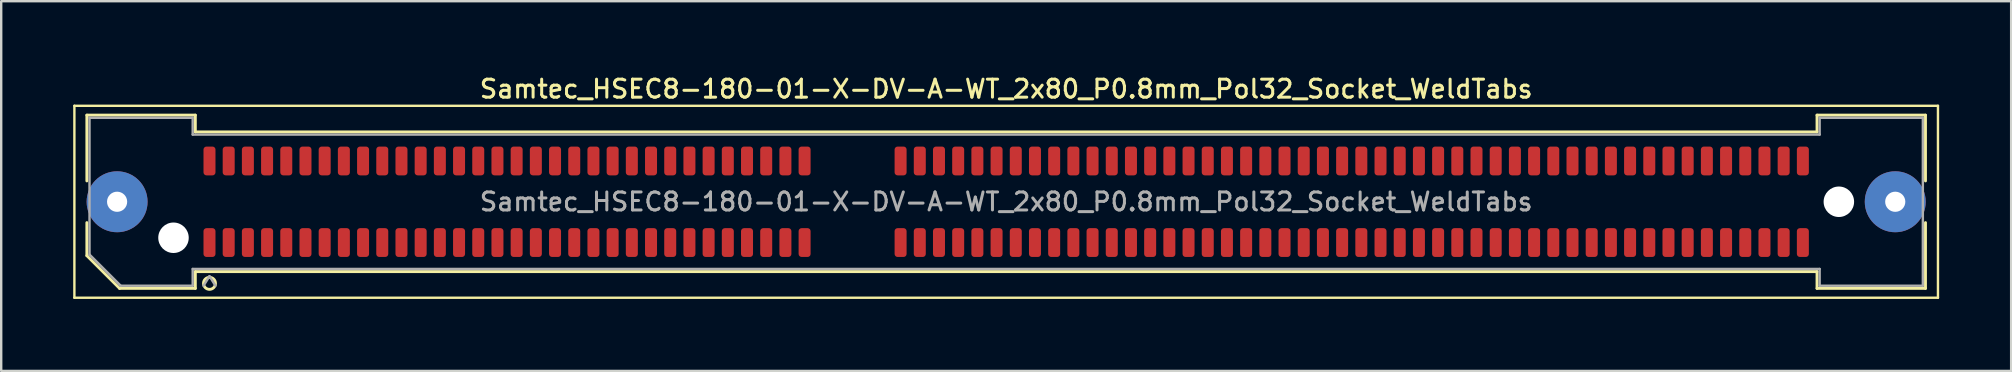
<source format=kicad_pcb>
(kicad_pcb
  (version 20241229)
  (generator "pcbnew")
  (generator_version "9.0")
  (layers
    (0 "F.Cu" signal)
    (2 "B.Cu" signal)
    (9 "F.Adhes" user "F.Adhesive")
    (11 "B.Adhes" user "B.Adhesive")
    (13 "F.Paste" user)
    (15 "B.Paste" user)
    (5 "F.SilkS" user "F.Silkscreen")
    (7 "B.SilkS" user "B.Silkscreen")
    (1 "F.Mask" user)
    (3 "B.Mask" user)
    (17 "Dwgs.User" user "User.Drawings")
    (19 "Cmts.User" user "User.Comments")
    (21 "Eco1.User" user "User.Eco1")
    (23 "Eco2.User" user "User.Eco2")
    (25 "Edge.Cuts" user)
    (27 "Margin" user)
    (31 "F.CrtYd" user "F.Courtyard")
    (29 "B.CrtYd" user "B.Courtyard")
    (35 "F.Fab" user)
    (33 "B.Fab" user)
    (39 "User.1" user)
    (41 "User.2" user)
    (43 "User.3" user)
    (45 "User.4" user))
  (footprint "Samtec_HSEC8-180-01-X-DV-A-WT_2x80_P0.8mm_Pol32_Socket_WeldTabs"
    (layer "F.Cu")
    (at 38.88 5.358)
    (property "Reference" "Samtec_HSEC8-180-01-X-DV-A-WT_2x80_P0.8mm_Pol32_Socket_WeldTabs" (at 0 -4.7 0) (layer "F.SilkS") (effects (font (size 0.75 0.75) (thickness 0.125))))
    (attr smd)
    (fp_line (start -38.83 -4) (end -38.83 4) (stroke (width 0.1) (type solid)) (layer "F.SilkS"))
    (fp_line (start -38.83 4) (end 38.83 4) (stroke (width 0.1) (type solid)) (layer "F.SilkS"))
    (fp_line (start -38.31 -3.61) (end -33.79 -3.61) (stroke (width 0.12) (type solid)) (layer "F.SilkS"))
    (fp_line (start -38.31 -0.868) (end -38.31 -3.61) (stroke (width 0.12) (type solid)) (layer "F.SilkS"))
    (fp_line (start -38.31 2.246) (end -38.31 0.868) (stroke (width 0.12) (type solid)) (layer "F.SilkS"))
    (fp_line (start -36.946 3.61) (end -38.31 2.246) (stroke (width 0.12) (type solid)) (layer "F.SilkS"))
    (fp_line (start -33.79 -3.61) (end -33.79 -2.91) (stroke (width 0.12) (type solid)) (layer "F.SilkS"))
    (fp_line (start -33.79 -2.91) (end 33.79 -2.91) (stroke (width 0.12) (type solid)) (layer "F.SilkS"))
    (fp_line (start -33.79 2.91) (end -33.79 3.61) (stroke (width 0.12) (type solid)) (layer "F.SilkS"))
    (fp_line (start -33.79 3.61) (end -36.946 3.61) (stroke (width 0.12) (type solid)) (layer "F.SilkS"))
    (fp_line (start 33.79 -3.61) (end 38.31 -3.61) (stroke (width 0.12) (type solid)) (layer "F.SilkS"))
    (fp_line (start 33.79 -2.91) (end 33.79 -3.61) (stroke (width 0.12) (type solid)) (layer "F.SilkS"))
    (fp_line (start 33.79 2.91) (end -33.79 2.91) (stroke (width 0.12) (type solid)) (layer "F.SilkS"))
    (fp_line (start 33.79 3.61) (end 33.79 2.91) (stroke (width 0.12) (type solid)) (layer "F.SilkS"))
    (fp_line (start 38.31 -3.61) (end 38.31 -0.868) (stroke (width 0.12) (type solid)) (layer "F.SilkS"))
    (fp_line (start 38.31 0.868) (end 38.31 3.61) (stroke (width 0.12) (type solid)) (layer "F.SilkS"))
    (fp_line (start 38.31 3.61) (end 33.79 3.61) (stroke (width 0.12) (type solid)) (layer "F.SilkS"))
    (fp_line (start 38.83 -4) (end -38.83 -4) (stroke (width 0.1) (type solid)) (layer "F.SilkS"))
    (fp_line (start 38.83 4) (end 38.83 -4) (stroke (width 0.1) (type solid)) (layer "F.SilkS"))
    (fp_arc (start -32.95 3.4) (mid -33.45 3.4) (end -32.95 3.4) (stroke (width 0.12) (type solid)) (layer "F.SilkS"))
    (fp_line (start -38.2 -3.5) (end -33.9 -3.5) (stroke (width 0.1) (type solid)) (layer "F.Fab"))
    (fp_line (start -38.2 2.2) (end -38.2 -3.5) (stroke (width 0.1) (type solid)) (layer "F.Fab"))
    (fp_line (start -36.9 3.5) (end -38.2 2.2) (stroke (width 0.1) (type solid)) (layer "F.Fab"))
    (fp_line (start -33.9 -3.5) (end -33.9 -2.8) (stroke (width 0.1) (type solid)) (layer "F.Fab"))
    (fp_line (start -33.9 -2.8) (end 33.9 -2.8) (stroke (width 0.1) (type solid)) (layer "F.Fab"))
    (fp_line (start -33.9 2.8) (end -33.9 3.5) (stroke (width 0.1) (type solid)) (layer "F.Fab"))
    (fp_line (start -33.9 3.5) (end -36.9 3.5) (stroke (width 0.1) (type solid)) (layer "F.Fab"))
    (fp_line (start -33.2 3.1) (end -33.45 3.5) (stroke (width 0.1) (type solid)) (layer "F.Fab"))
    (fp_line (start -33.2 3.1) (end -32.95 3.5) (stroke (width 0.1) (type solid)) (layer "F.Fab"))
    (fp_line (start 33.9 -3.5) (end 38.2 -3.5) (stroke (width 0.1) (type solid)) (layer "F.Fab"))
    (fp_line (start 33.9 -2.8) (end 33.9 -3.5) (stroke (width 0.1) (type solid)) (layer "F.Fab"))
    (fp_line (start 33.9 2.8) (end -33.9 2.8) (stroke (width 0.1) (type solid)) (layer "F.Fab"))
    (fp_line (start 33.9 3.5) (end 33.9 2.8) (stroke (width 0.1) (type solid)) (layer "F.Fab"))
    (fp_line (start 38.2 -3.5) (end 38.2 3.5) (stroke (width 0.1) (type solid)) (layer "F.Fab"))
    (fp_line (start 38.2 3.5) (end 33.9 3.5) (stroke (width 0.1) (type solid)) (layer "F.Fab"))
    (fp_text user "${REFERENCE}" (at 0 0 0) (layer "F.Fab") (effects (font (size 0.75 0.75) (thickness 0.125))))
    (pad "" thru_hole circle (at -37.05 0) (size 2.54 2.54) (drill 0.84) (layers "*.Cu" "*.Mask" "F.Paste"))
    (pad "" np_thru_hole circle (at -34.7 1.5) (size 1.27 1.27) (drill 1.27) (layers "*.Cu" "*.Mask"))
    (pad "" np_thru_hole circle (at 34.7 0) (size 1.27 1.27) (drill 1.27) (layers "*.Cu" "*.Mask"))
    (pad "" thru_hole circle (at 37.05 0) (size 2.54 2.54) (drill 0.84) (layers "*.Cu" "*.Mask" "F.Paste"))
    (pad "1" smd roundrect (at -33.2 1.7) (size 0.5 1.2) (layers "F.Cu" "F.Mask" "F.Paste") (roundrect_rratio 0.25))
    (pad "2" smd roundrect (at -33.2 -1.7) (size 0.5 1.2) (layers "F.Cu" "F.Mask" "F.Paste") (roundrect_rratio 0.25))
    (pad "3" smd roundrect (at -32.4 1.7) (size 0.5 1.2) (layers "F.Cu" "F.Mask" "F.Paste") (roundrect_rratio 0.25))
    (pad "4" smd roundrect (at -32.4 -1.7) (size 0.5 1.2) (layers "F.Cu" "F.Mask" "F.Paste") (roundrect_rratio 0.25))
    (pad "5" smd roundrect (at -31.6 1.7) (size 0.5 1.2) (layers "F.Cu" "F.Mask" "F.Paste") (roundrect_rratio 0.25))
    (pad "6" smd roundrect (at -31.6 -1.7) (size 0.5 1.2) (layers "F.Cu" "F.Mask" "F.Paste") (roundrect_rratio 0.25))
    (pad "7" smd roundrect (at -30.8 1.7) (size 0.5 1.2) (layers "F.Cu" "F.Mask" "F.Paste") (roundrect_rratio 0.25))
    (pad "8" smd roundrect (at -30.8 -1.7) (size 0.5 1.2) (layers "F.Cu" "F.Mask" "F.Paste") (roundrect_rratio 0.25))
    (pad "9" smd roundrect (at -30 1.7) (size 0.5 1.2) (layers "F.Cu" "F.Mask" "F.Paste") (roundrect_rratio 0.25))
    (pad "10" smd roundrect (at -30 -1.7) (size 0.5 1.2) (layers "F.Cu" "F.Mask" "F.Paste") (roundrect_rratio 0.25))
    (pad "11" smd roundrect (at -29.2 1.7) (size 0.5 1.2) (layers "F.Cu" "F.Mask" "F.Paste") (roundrect_rratio 0.25))
    (pad "12" smd roundrect (at -29.2 -1.7) (size 0.5 1.2) (layers "F.Cu" "F.Mask" "F.Paste") (roundrect_rratio 0.25))
    (pad "13" smd roundrect (at -28.4 1.7) (size 0.5 1.2) (layers "F.Cu" "F.Mask" "F.Paste") (roundrect_rratio 0.25))
    (pad "14" smd roundrect (at -28.4 -1.7) (size 0.5 1.2) (layers "F.Cu" "F.Mask" "F.Paste") (roundrect_rratio 0.25))
    (pad "15" smd roundrect (at -27.6 1.7) (size 0.5 1.2) (layers "F.Cu" "F.Mask" "F.Paste") (roundrect_rratio 0.25))
    (pad "16" smd roundrect (at -27.6 -1.7) (size 0.5 1.2) (layers "F.Cu" "F.Mask" "F.Paste") (roundrect_rratio 0.25))
    (pad "17" smd roundrect (at -26.8 1.7) (size 0.5 1.2) (layers "F.Cu" "F.Mask" "F.Paste") (roundrect_rratio 0.25))
    (pad "18" smd roundrect (at -26.8 -1.7) (size 0.5 1.2) (layers "F.Cu" "F.Mask" "F.Paste") (roundrect_rratio 0.25))
    (pad "19" smd roundrect (at -26 1.7) (size 0.5 1.2) (layers "F.Cu" "F.Mask" "F.Paste") (roundrect_rratio 0.25))
    (pad "20" smd roundrect (at -26 -1.7) (size 0.5 1.2) (layers "F.Cu" "F.Mask" "F.Paste") (roundrect_rratio 0.25))
    (pad "21" smd roundrect (at -25.2 1.7) (size 0.5 1.2) (layers "F.Cu" "F.Mask" "F.Paste") (roundrect_rratio 0.25))
    (pad "22" smd roundrect (at -25.2 -1.7) (size 0.5 1.2) (layers "F.Cu" "F.Mask" "F.Paste") (roundrect_rratio 0.25))
    (pad "23" smd roundrect (at -24.4 1.7) (size 0.5 1.2) (layers "F.Cu" "F.Mask" "F.Paste") (roundrect_rratio 0.25))
    (pad "24" smd roundrect (at -24.4 -1.7) (size 0.5 1.2) (layers "F.Cu" "F.Mask" "F.Paste") (roundrect_rratio 0.25))
    (pad "25" smd roundrect (at -23.6 1.7) (size 0.5 1.2) (layers "F.Cu" "F.Mask" "F.Paste") (roundrect_rratio 0.25))
    (pad "26" smd roundrect (at -23.6 -1.7) (size 0.5 1.2) (layers "F.Cu" "F.Mask" "F.Paste") (roundrect_rratio 0.25))
    (pad "27" smd roundrect (at -22.8 1.7) (size 0.5 1.2) (layers "F.Cu" "F.Mask" "F.Paste") (roundrect_rratio 0.25))
    (pad "28" smd roundrect (at -22.8 -1.7) (size 0.5 1.2) (layers "F.Cu" "F.Mask" "F.Paste") (roundrect_rratio 0.25))
    (pad "29" smd roundrect (at -22 1.7) (size 0.5 1.2) (layers "F.Cu" "F.Mask" "F.Paste") (roundrect_rratio 0.25))
    (pad "30" smd roundrect (at -22 -1.7) (size 0.5 1.2) (layers "F.Cu" "F.Mask" "F.Paste") (roundrect_rratio 0.25))
    (pad "31" smd roundrect (at -21.2 1.7) (size 0.5 1.2) (layers "F.Cu" "F.Mask" "F.Paste") (roundrect_rratio 0.25))
    (pad "32" smd roundrect (at -21.2 -1.7) (size 0.5 1.2) (layers "F.Cu" "F.Mask" "F.Paste") (roundrect_rratio 0.25))
    (pad "33" smd roundrect (at -20.4 1.7) (size 0.5 1.2) (layers "F.Cu" "F.Mask" "F.Paste") (roundrect_rratio 0.25))
    (pad "34" smd roundrect (at -20.4 -1.7) (size 0.5 1.2) (layers "F.Cu" "F.Mask" "F.Paste") (roundrect_rratio 0.25))
    (pad "35" smd roundrect (at -19.6 1.7) (size 0.5 1.2) (layers "F.Cu" "F.Mask" "F.Paste") (roundrect_rratio 0.25))
    (pad "36" smd roundrect (at -19.6 -1.7) (size 0.5 1.2) (layers "F.Cu" "F.Mask" "F.Paste") (roundrect_rratio 0.25))
    (pad "37" smd roundrect (at -18.8 1.7) (size 0.5 1.2) (layers "F.Cu" "F.Mask" "F.Paste") (roundrect_rratio 0.25))
    (pad "38" smd roundrect (at -18.8 -1.7) (size 0.5 1.2) (layers "F.Cu" "F.Mask" "F.Paste") (roundrect_rratio 0.25))
    (pad "39" smd roundrect (at -18 1.7) (size 0.5 1.2) (layers "F.Cu" "F.Mask" "F.Paste") (roundrect_rratio 0.25))
    (pad "40" smd roundrect (at -18 -1.7) (size 0.5 1.2) (layers "F.Cu" "F.Mask" "F.Paste") (roundrect_rratio 0.25))
    (pad "41" smd roundrect (at -17.2 1.7) (size 0.5 1.2) (layers "F.Cu" "F.Mask" "F.Paste") (roundrect_rratio 0.25))
    (pad "42" smd roundrect (at -17.2 -1.7) (size 0.5 1.2) (layers "F.Cu" "F.Mask" "F.Paste") (roundrect_rratio 0.25))
    (pad "43" smd roundrect (at -16.4 1.7) (size 0.5 1.2) (layers "F.Cu" "F.Mask" "F.Paste") (roundrect_rratio 0.25))
    (pad "44" smd roundrect (at -16.4 -1.7) (size 0.5 1.2) (layers "F.Cu" "F.Mask" "F.Paste") (roundrect_rratio 0.25))
    (pad "45" smd roundrect (at -15.6 1.7) (size 0.5 1.2) (layers "F.Cu" "F.Mask" "F.Paste") (roundrect_rratio 0.25))
    (pad "46" smd roundrect (at -15.6 -1.7) (size 0.5 1.2) (layers "F.Cu" "F.Mask" "F.Paste") (roundrect_rratio 0.25))
    (pad "47" smd roundrect (at -14.8 1.7) (size 0.5 1.2) (layers "F.Cu" "F.Mask" "F.Paste") (roundrect_rratio 0.25))
    (pad "48" smd roundrect (at -14.8 -1.7) (size 0.5 1.2) (layers "F.Cu" "F.Mask" "F.Paste") (roundrect_rratio 0.25))
    (pad "49" smd roundrect (at -14 1.7) (size 0.5 1.2) (layers "F.Cu" "F.Mask" "F.Paste") (roundrect_rratio 0.25))
    (pad "50" smd roundrect (at -14 -1.7) (size 0.5 1.2) (layers "F.Cu" "F.Mask" "F.Paste") (roundrect_rratio 0.25))
    (pad "51" smd roundrect (at -13.2 1.7) (size 0.5 1.2) (layers "F.Cu" "F.Mask" "F.Paste") (roundrect_rratio 0.25))
    (pad "52" smd roundrect (at -13.2 -1.7) (size 0.5 1.2) (layers "F.Cu" "F.Mask" "F.Paste") (roundrect_rratio 0.25))
    (pad "53" smd roundrect (at -12.4 1.7) (size 0.5 1.2) (layers "F.Cu" "F.Mask" "F.Paste") (roundrect_rratio 0.25))
    (pad "54" smd roundrect (at -12.4 -1.7) (size 0.5 1.2) (layers "F.Cu" "F.Mask" "F.Paste") (roundrect_rratio 0.25))
    (pad "55" smd roundrect (at -11.6 1.7) (size 0.5 1.2) (layers "F.Cu" "F.Mask" "F.Paste") (roundrect_rratio 0.25))
    (pad "56" smd roundrect (at -11.6 -1.7) (size 0.5 1.2) (layers "F.Cu" "F.Mask" "F.Paste") (roundrect_rratio 0.25))
    (pad "57" smd roundrect (at -10.8 1.7) (size 0.5 1.2) (layers "F.Cu" "F.Mask" "F.Paste") (roundrect_rratio 0.25))
    (pad "58" smd roundrect (at -10.8 -1.7) (size 0.5 1.2) (layers "F.Cu" "F.Mask" "F.Paste") (roundrect_rratio 0.25))
    (pad "59" smd roundrect (at -10 1.7) (size 0.5 1.2) (layers "F.Cu" "F.Mask" "F.Paste") (roundrect_rratio 0.25))
    (pad "60" smd roundrect (at -10 -1.7) (size 0.5 1.2) (layers "F.Cu" "F.Mask" "F.Paste") (roundrect_rratio 0.25))
    (pad "61" smd roundrect (at -9.2 1.7) (size 0.5 1.2) (layers "F.Cu" "F.Mask" "F.Paste") (roundrect_rratio 0.25))
    (pad "62" smd roundrect (at -9.2 -1.7) (size 0.5 1.2) (layers "F.Cu" "F.Mask" "F.Paste") (roundrect_rratio 0.25))
    (pad "63" smd roundrect (at -8.4 1.7) (size 0.5 1.2) (layers "F.Cu" "F.Mask" "F.Paste") (roundrect_rratio 0.25))
    (pad "64" smd roundrect (at -8.4 -1.7) (size 0.5 1.2) (layers "F.Cu" "F.Mask" "F.Paste") (roundrect_rratio 0.25))
    (pad "65" smd roundrect (at -4.4 1.7) (size 0.5 1.2) (layers "F.Cu" "F.Mask" "F.Paste") (roundrect_rratio 0.25))
    (pad "66" smd roundrect (at -4.4 -1.7) (size 0.5 1.2) (layers "F.Cu" "F.Mask" "F.Paste") (roundrect_rratio 0.25))
    (pad "67" smd roundrect (at -3.6 1.7) (size 0.5 1.2) (layers "F.Cu" "F.Mask" "F.Paste") (roundrect_rratio 0.25))
    (pad "68" smd roundrect (at -3.6 -1.7) (size 0.5 1.2) (layers "F.Cu" "F.Mask" "F.Paste") (roundrect_rratio 0.25))
    (pad "69" smd roundrect (at -2.8 1.7) (size 0.5 1.2) (layers "F.Cu" "F.Mask" "F.Paste") (roundrect_rratio 0.25))
    (pad "70" smd roundrect (at -2.8 -1.7) (size 0.5 1.2) (layers "F.Cu" "F.Mask" "F.Paste") (roundrect_rratio 0.25))
    (pad "71" smd roundrect (at -2 1.7) (size 0.5 1.2) (layers "F.Cu" "F.Mask" "F.Paste") (roundrect_rratio 0.25))
    (pad "72" smd roundrect (at -2 -1.7) (size 0.5 1.2) (layers "F.Cu" "F.Mask" "F.Paste") (roundrect_rratio 0.25))
    (pad "73" smd roundrect (at -1.2 1.7) (size 0.5 1.2) (layers "F.Cu" "F.Mask" "F.Paste") (roundrect_rratio 0.25))
    (pad "74" smd roundrect (at -1.2 -1.7) (size 0.5 1.2) (layers "F.Cu" "F.Mask" "F.Paste") (roundrect_rratio 0.25))
    (pad "75" smd roundrect (at -0.4 1.7) (size 0.5 1.2) (layers "F.Cu" "F.Mask" "F.Paste") (roundrect_rratio 0.25))
    (pad "76" smd roundrect (at -0.4 -1.7) (size 0.5 1.2) (layers "F.Cu" "F.Mask" "F.Paste") (roundrect_rratio 0.25))
    (pad "77" smd roundrect (at 0.4 1.7) (size 0.5 1.2) (layers "F.Cu" "F.Mask" "F.Paste") (roundrect_rratio 0.25))
    (pad "78" smd roundrect (at 0.4 -1.7) (size 0.5 1.2) (layers "F.Cu" "F.Mask" "F.Paste") (roundrect_rratio 0.25))
    (pad "79" smd roundrect (at 1.2 1.7) (size 0.5 1.2) (layers "F.Cu" "F.Mask" "F.Paste") (roundrect_rratio 0.25))
    (pad "80" smd roundrect (at 1.2 -1.7) (size 0.5 1.2) (layers "F.Cu" "F.Mask" "F.Paste") (roundrect_rratio 0.25))
    (pad "81" smd roundrect (at 2 1.7) (size 0.5 1.2) (layers "F.Cu" "F.Mask" "F.Paste") (roundrect_rratio 0.25))
    (pad "82" smd roundrect (at 2 -1.7) (size 0.5 1.2) (layers "F.Cu" "F.Mask" "F.Paste") (roundrect_rratio 0.25))
    (pad "83" smd roundrect (at 2.8 1.7) (size 0.5 1.2) (layers "F.Cu" "F.Mask" "F.Paste") (roundrect_rratio 0.25))
    (pad "84" smd roundrect (at 2.8 -1.7) (size 0.5 1.2) (layers "F.Cu" "F.Mask" "F.Paste") (roundrect_rratio 0.25))
    (pad "85" smd roundrect (at 3.6 1.7) (size 0.5 1.2) (layers "F.Cu" "F.Mask" "F.Paste") (roundrect_rratio 0.25))
    (pad "86" smd roundrect (at 3.6 -1.7) (size 0.5 1.2) (layers "F.Cu" "F.Mask" "F.Paste") (roundrect_rratio 0.25))
    (pad "87" smd roundrect (at 4.4 1.7) (size 0.5 1.2) (layers "F.Cu" "F.Mask" "F.Paste") (roundrect_rratio 0.25))
    (pad "88" smd roundrect (at 4.4 -1.7) (size 0.5 1.2) (layers "F.Cu" "F.Mask" "F.Paste") (roundrect_rratio 0.25))
    (pad "89" smd roundrect (at 5.2 1.7) (size 0.5 1.2) (layers "F.Cu" "F.Mask" "F.Paste") (roundrect_rratio 0.25))
    (pad "90" smd roundrect (at 5.2 -1.7) (size 0.5 1.2) (layers "F.Cu" "F.Mask" "F.Paste") (roundrect_rratio 0.25))
    (pad "91" smd roundrect (at 6 1.7) (size 0.5 1.2) (layers "F.Cu" "F.Mask" "F.Paste") (roundrect_rratio 0.25))
    (pad "92" smd roundrect (at 6 -1.7) (size 0.5 1.2) (layers "F.Cu" "F.Mask" "F.Paste") (roundrect_rratio 0.25))
    (pad "93" smd roundrect (at 6.8 1.7) (size 0.5 1.2) (layers "F.Cu" "F.Mask" "F.Paste") (roundrect_rratio 0.25))
    (pad "94" smd roundrect (at 6.8 -1.7) (size 0.5 1.2) (layers "F.Cu" "F.Mask" "F.Paste") (roundrect_rratio 0.25))
    (pad "95" smd roundrect (at 7.6 1.7) (size 0.5 1.2) (layers "F.Cu" "F.Mask" "F.Paste") (roundrect_rratio 0.25))
    (pad "96" smd roundrect (at 7.6 -1.7) (size 0.5 1.2) (layers "F.Cu" "F.Mask" "F.Paste") (roundrect_rratio 0.25))
    (pad "97" smd roundrect (at 8.4 1.7) (size 0.5 1.2) (layers "F.Cu" "F.Mask" "F.Paste") (roundrect_rratio 0.25))
    (pad "98" smd roundrect (at 8.4 -1.7) (size 0.5 1.2) (layers "F.Cu" "F.Mask" "F.Paste") (roundrect_rratio 0.25))
    (pad "99" smd roundrect (at 9.2 1.7) (size 0.5 1.2) (layers "F.Cu" "F.Mask" "F.Paste") (roundrect_rratio 0.25))
    (pad "100" smd roundrect (at 9.2 -1.7) (size 0.5 1.2) (layers "F.Cu" "F.Mask" "F.Paste") (roundrect_rratio 0.25))
    (pad "101" smd roundrect (at 10 1.7) (size 0.5 1.2) (layers "F.Cu" "F.Mask" "F.Paste") (roundrect_rratio 0.25))
    (pad "102" smd roundrect (at 10 -1.7) (size 0.5 1.2) (layers "F.Cu" "F.Mask" "F.Paste") (roundrect_rratio 0.25))
    (pad "103" smd roundrect (at 10.8 1.7) (size 0.5 1.2) (layers "F.Cu" "F.Mask" "F.Paste") (roundrect_rratio 0.25))
    (pad "104" smd roundrect (at 10.8 -1.7) (size 0.5 1.2) (layers "F.Cu" "F.Mask" "F.Paste") (roundrect_rratio 0.25))
    (pad "105" smd roundrect (at 11.6 1.7) (size 0.5 1.2) (layers "F.Cu" "F.Mask" "F.Paste") (roundrect_rratio 0.25))
    (pad "106" smd roundrect (at 11.6 -1.7) (size 0.5 1.2) (layers "F.Cu" "F.Mask" "F.Paste") (roundrect_rratio 0.25))
    (pad "107" smd roundrect (at 12.4 1.7) (size 0.5 1.2) (layers "F.Cu" "F.Mask" "F.Paste") (roundrect_rratio 0.25))
    (pad "108" smd roundrect (at 12.4 -1.7) (size 0.5 1.2) (layers "F.Cu" "F.Mask" "F.Paste") (roundrect_rratio 0.25))
    (pad "109" smd roundrect (at 13.2 1.7) (size 0.5 1.2) (layers "F.Cu" "F.Mask" "F.Paste") (roundrect_rratio 0.25))
    (pad "110" smd roundrect (at 13.2 -1.7) (size 0.5 1.2) (layers "F.Cu" "F.Mask" "F.Paste") (roundrect_rratio 0.25))
    (pad "111" smd roundrect (at 14 1.7) (size 0.5 1.2) (layers "F.Cu" "F.Mask" "F.Paste") (roundrect_rratio 0.25))
    (pad "112" smd roundrect (at 14 -1.7) (size 0.5 1.2) (layers "F.Cu" "F.Mask" "F.Paste") (roundrect_rratio 0.25))
    (pad "113" smd roundrect (at 14.8 1.7) (size 0.5 1.2) (layers "F.Cu" "F.Mask" "F.Paste") (roundrect_rratio 0.25))
    (pad "114" smd roundrect (at 14.8 -1.7) (size 0.5 1.2) (layers "F.Cu" "F.Mask" "F.Paste") (roundrect_rratio 0.25))
    (pad "115" smd roundrect (at 15.6 1.7) (size 0.5 1.2) (layers "F.Cu" "F.Mask" "F.Paste") (roundrect_rratio 0.25))
    (pad "116" smd roundrect (at 15.6 -1.7) (size 0.5 1.2) (layers "F.Cu" "F.Mask" "F.Paste") (roundrect_rratio 0.25))
    (pad "117" smd roundrect (at 16.4 1.7) (size 0.5 1.2) (layers "F.Cu" "F.Mask" "F.Paste") (roundrect_rratio 0.25))
    (pad "118" smd roundrect (at 16.4 -1.7) (size 0.5 1.2) (layers "F.Cu" "F.Mask" "F.Paste") (roundrect_rratio 0.25))
    (pad "119" smd roundrect (at 17.2 1.7) (size 0.5 1.2) (layers "F.Cu" "F.Mask" "F.Paste") (roundrect_rratio 0.25))
    (pad "120" smd roundrect (at 17.2 -1.7) (size 0.5 1.2) (layers "F.Cu" "F.Mask" "F.Paste") (roundrect_rratio 0.25))
    (pad "121" smd roundrect (at 18 1.7) (size 0.5 1.2) (layers "F.Cu" "F.Mask" "F.Paste") (roundrect_rratio 0.25))
    (pad "122" smd roundrect (at 18 -1.7) (size 0.5 1.2) (layers "F.Cu" "F.Mask" "F.Paste") (roundrect_rratio 0.25))
    (pad "123" smd roundrect (at 18.8 1.7) (size 0.5 1.2) (layers "F.Cu" "F.Mask" "F.Paste") (roundrect_rratio 0.25))
    (pad "124" smd roundrect (at 18.8 -1.7) (size 0.5 1.2) (layers "F.Cu" "F.Mask" "F.Paste") (roundrect_rratio 0.25))
    (pad "125" smd roundrect (at 19.6 1.7) (size 0.5 1.2) (layers "F.Cu" "F.Mask" "F.Paste") (roundrect_rratio 0.25))
    (pad "126" smd roundrect (at 19.6 -1.7) (size 0.5 1.2) (layers "F.Cu" "F.Mask" "F.Paste") (roundrect_rratio 0.25))
    (pad "127" smd roundrect (at 20.4 1.7) (size 0.5 1.2) (layers "F.Cu" "F.Mask" "F.Paste") (roundrect_rratio 0.25))
    (pad "128" smd roundrect (at 20.4 -1.7) (size 0.5 1.2) (layers "F.Cu" "F.Mask" "F.Paste") (roundrect_rratio 0.25))
    (pad "129" smd roundrect (at 21.2 1.7) (size 0.5 1.2) (layers "F.Cu" "F.Mask" "F.Paste") (roundrect_rratio 0.25))
    (pad "130" smd roundrect (at 21.2 -1.7) (size 0.5 1.2) (layers "F.Cu" "F.Mask" "F.Paste") (roundrect_rratio 0.25))
    (pad "131" smd roundrect (at 22 1.7) (size 0.5 1.2) (layers "F.Cu" "F.Mask" "F.Paste") (roundrect_rratio 0.25))
    (pad "132" smd roundrect (at 22 -1.7) (size 0.5 1.2) (layers "F.Cu" "F.Mask" "F.Paste") (roundrect_rratio 0.25))
    (pad "133" smd roundrect (at 22.8 1.7) (size 0.5 1.2) (layers "F.Cu" "F.Mask" "F.Paste") (roundrect_rratio 0.25))
    (pad "134" smd roundrect (at 22.8 -1.7) (size 0.5 1.2) (layers "F.Cu" "F.Mask" "F.Paste") (roundrect_rratio 0.25))
    (pad "135" smd roundrect (at 23.6 1.7) (size 0.5 1.2) (layers "F.Cu" "F.Mask" "F.Paste") (roundrect_rratio 0.25))
    (pad "136" smd roundrect (at 23.6 -1.7) (size 0.5 1.2) (layers "F.Cu" "F.Mask" "F.Paste") (roundrect_rratio 0.25))
    (pad "137" smd roundrect (at 24.4 1.7) (size 0.5 1.2) (layers "F.Cu" "F.Mask" "F.Paste") (roundrect_rratio 0.25))
    (pad "138" smd roundrect (at 24.4 -1.7) (size 0.5 1.2) (layers "F.Cu" "F.Mask" "F.Paste") (roundrect_rratio 0.25))
    (pad "139" smd roundrect (at 25.2 1.7) (size 0.5 1.2) (layers "F.Cu" "F.Mask" "F.Paste") (roundrect_rratio 0.25))
    (pad "140" smd roundrect (at 25.2 -1.7) (size 0.5 1.2) (layers "F.Cu" "F.Mask" "F.Paste") (roundrect_rratio 0.25))
    (pad "141" smd roundrect (at 26 1.7) (size 0.5 1.2) (layers "F.Cu" "F.Mask" "F.Paste") (roundrect_rratio 0.25))
    (pad "142" smd roundrect (at 26 -1.7) (size 0.5 1.2) (layers "F.Cu" "F.Mask" "F.Paste") (roundrect_rratio 0.25))
    (pad "143" smd roundrect (at 26.8 1.7) (size 0.5 1.2) (layers "F.Cu" "F.Mask" "F.Paste") (roundrect_rratio 0.25))
    (pad "144" smd roundrect (at 26.8 -1.7) (size 0.5 1.2) (layers "F.Cu" "F.Mask" "F.Paste") (roundrect_rratio 0.25))
    (pad "145" smd roundrect (at 27.6 1.7) (size 0.5 1.2) (layers "F.Cu" "F.Mask" "F.Paste") (roundrect_rratio 0.25))
    (pad "146" smd roundrect (at 27.6 -1.7) (size 0.5 1.2) (layers "F.Cu" "F.Mask" "F.Paste") (roundrect_rratio 0.25))
    (pad "147" smd roundrect (at 28.4 1.7) (size 0.5 1.2) (layers "F.Cu" "F.Mask" "F.Paste") (roundrect_rratio 0.25))
    (pad "148" smd roundrect (at 28.4 -1.7) (size 0.5 1.2) (layers "F.Cu" "F.Mask" "F.Paste") (roundrect_rratio 0.25))
    (pad "149" smd roundrect (at 29.2 1.7) (size 0.5 1.2) (layers "F.Cu" "F.Mask" "F.Paste") (roundrect_rratio 0.25))
    (pad "150" smd roundrect (at 29.2 -1.7) (size 0.5 1.2) (layers "F.Cu" "F.Mask" "F.Paste") (roundrect_rratio 0.25))
    (pad "151" smd roundrect (at 30 1.7) (size 0.5 1.2) (layers "F.Cu" "F.Mask" "F.Paste") (roundrect_rratio 0.25))
    (pad "152" smd roundrect (at 30 -1.7) (size 0.5 1.2) (layers "F.Cu" "F.Mask" "F.Paste") (roundrect_rratio 0.25))
    (pad "153" smd roundrect (at 30.8 1.7) (size 0.5 1.2) (layers "F.Cu" "F.Mask" "F.Paste") (roundrect_rratio 0.25))
    (pad "154" smd roundrect (at 30.8 -1.7) (size 0.5 1.2) (layers "F.Cu" "F.Mask" "F.Paste") (roundrect_rratio 0.25))
    (pad "155" smd roundrect (at 31.6 1.7) (size 0.5 1.2) (layers "F.Cu" "F.Mask" "F.Paste") (roundrect_rratio 0.25))
    (pad "156" smd roundrect (at 31.6 -1.7) (size 0.5 1.2) (layers "F.Cu" "F.Mask" "F.Paste") (roundrect_rratio 0.25))
    (pad "157" smd roundrect (at 32.4 1.7) (size 0.5 1.2) (layers "F.Cu" "F.Mask" "F.Paste") (roundrect_rratio 0.25))
    (pad "158" smd roundrect (at 32.4 -1.7) (size 0.5 1.2) (layers "F.Cu" "F.Mask" "F.Paste") (roundrect_rratio 0.25))
    (pad "159" smd roundrect (at 33.2 1.7) (size 0.5 1.2) (layers "F.Cu" "F.Mask" "F.Paste") (roundrect_rratio 0.25))
    (pad "160" smd roundrect (at 33.2 -1.7) (size 0.5 1.2) (layers "F.Cu" "F.Mask" "F.Paste") (roundrect_rratio 0.25)))
  (gr_rect
    (start -3 -3)
    (end 80.76 12.408)
    (stroke (width 0.1) (type default))
    (fill no)
    (layer "Edge.Cuts")))
</source>
